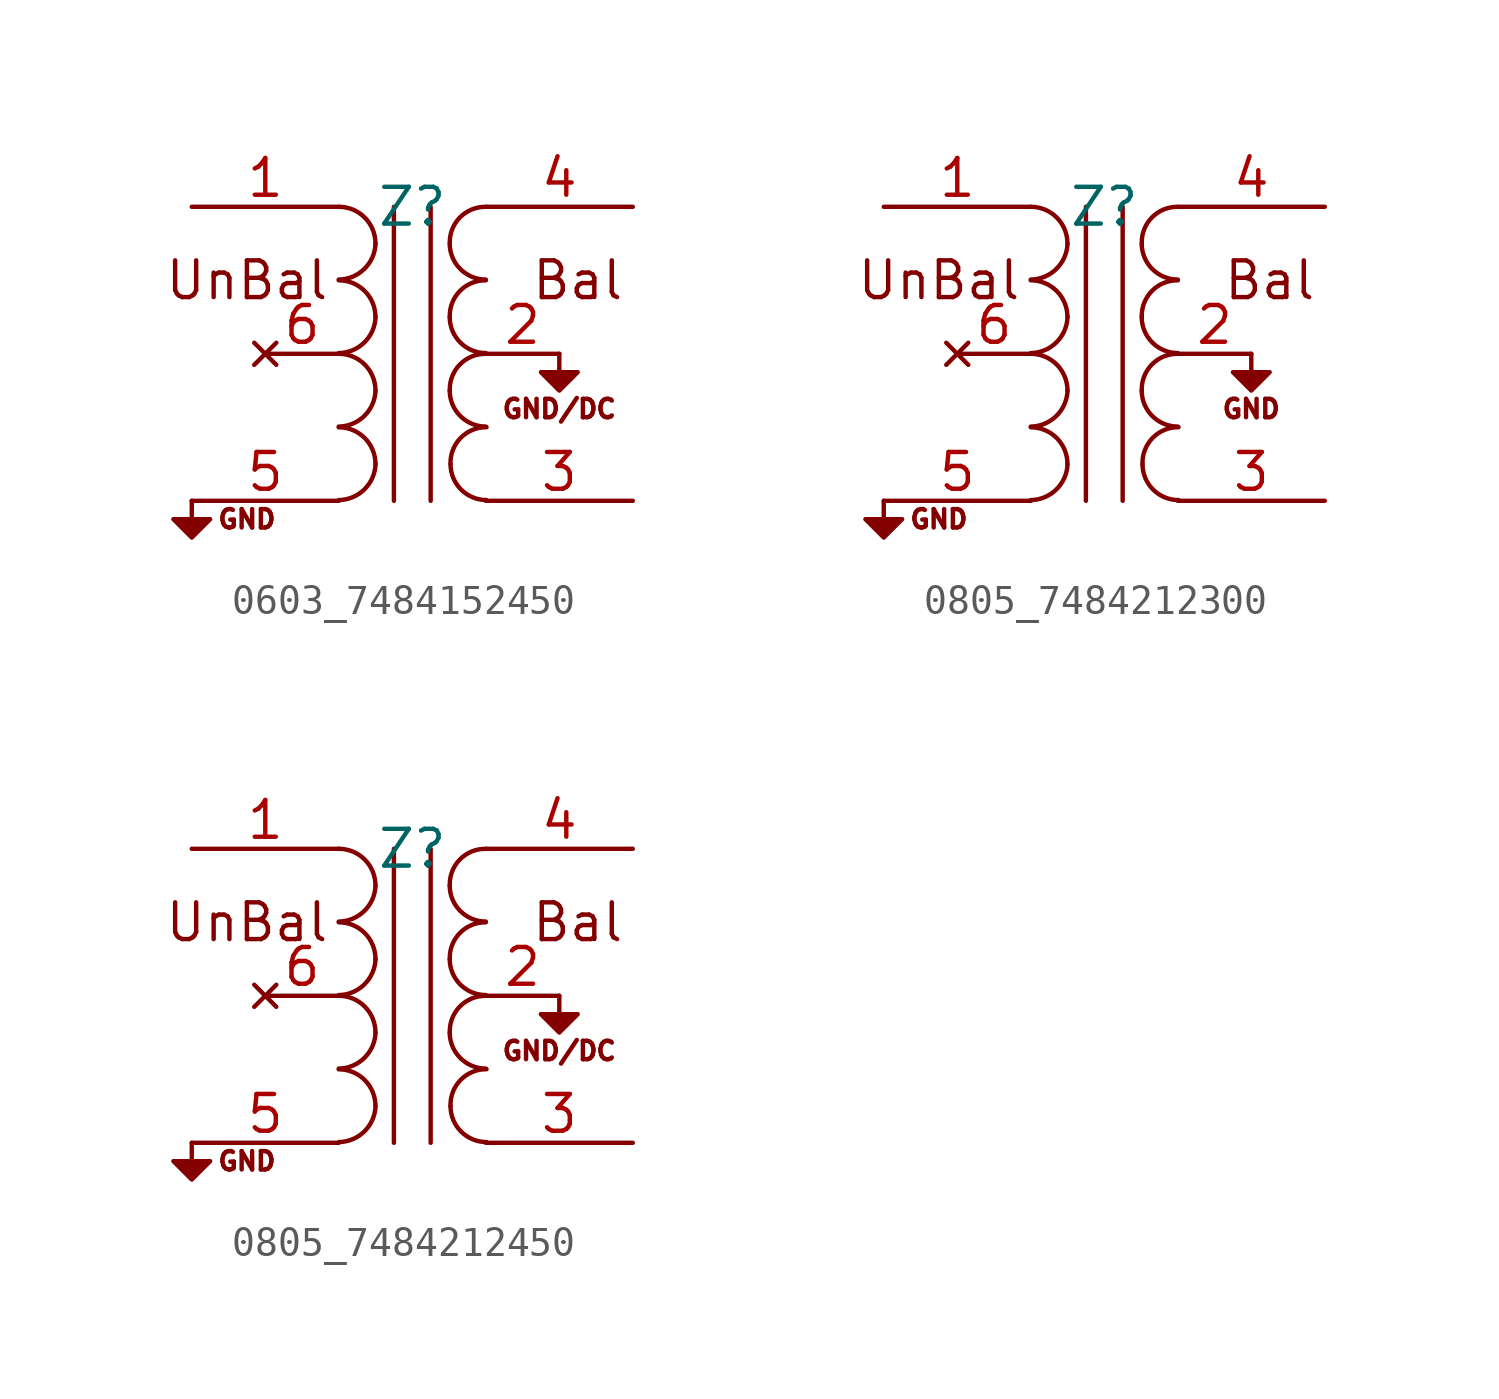
<source format=kicad_sym>
(kicad_symbol_lib
  (version 20220914)
  (generator kicad_symbol_editor)
  (symbol "0603_7484152450"
    (pin_names hide)
    (property "Reference" "Z"
      (at 0 5.08 0)
      (effects (font (size 1.27 1.27))))
    (property "Critical Parameter" ""
      (at 0 -5.08 0)
      (effects (font (size 1.27 1.27)) (justify left)))
    (symbol "0603_7484152450_0_0"
      (text "" (at -0.635 3.81 0) (effects (font (size 1.27 1.27))))
      (text "" (at -0.635 3.81 0) (effects (font (size 1.27 1.27))))
      (text "" (at -0.635 4.445 0) (effects (font (size 1.27 1.27))))
      (text "" (at 6.35 5.08 0) (effects (font (size 1.27 1.27)))))
    (symbol "0603_7484152450_0_1"
      (arc (start -2.54 -5.0546) (mid -1.6599 -4.6901) (end -1.27 -3.81) (stroke (width 0) (type default)) (fill (type none)))
      (arc (start -2.54 -2.5146) (mid -1.6599 -2.1501) (end -1.27 -1.27) (stroke (width 0) (type default)) (fill (type none)))
      (arc (start -2.54 0.0254) (mid -1.6599 0.3899) (end -1.27 1.27) (stroke (width 0) (type default)) (fill (type none)))
      (arc (start -2.54 2.5654) (mid -1.6599 2.9299) (end -1.27 3.81) (stroke (width 0) (type default)) (fill (type none)))
      (arc (start -1.27 -3.81) (mid -1.642 -2.912) (end -2.54 -2.54) (stroke (width 0) (type default)) (fill (type none)))
      (arc (start -1.27 -1.27) (mid -1.642 -0.372) (end -2.54 0) (stroke (width 0) (type default)) (fill (type none)))
      (arc (start -1.27 1.27) (mid -1.642 2.168) (end -2.54 2.54) (stroke (width 0) (type default)) (fill (type none)))
      (arc (start -1.27 3.81) (mid -1.642 4.708) (end -2.54 5.08) (stroke (width 0) (type default)) (fill (type none)))
      (polyline (pts (xy -0.635 5.08) (xy -0.635 -5.08)) (stroke (width 0) (type default)) (fill (type none)))
      (polyline (pts (xy 0.635 5.08) (xy 0.635 -5.08)) (stroke (width 0) (type default)) (fill (type none)))
      (arc (start 1.2954 -1.27) (mid 1.6599 -2.1501) (end 2.54 -2.5146) (stroke (width 0) (type default)) (fill (type none)))
      (arc (start 1.2954 1.27) (mid 1.6599 0.3899) (end 2.54 0.0254) (stroke (width 0) (type default)) (fill (type none)))
      (arc (start 1.2954 3.81) (mid 1.6599 2.9299) (end 2.54 2.5654) (stroke (width 0) (type default)) (fill (type none)))
      (arc (start 1.3208 -3.81) (mid 1.6853 -4.6901) (end 2.5654 -5.0546) (stroke (width 0) (type default)) (fill (type none)))
      (arc (start 2.54 0) (mid 1.642 -0.372) (end 1.2954 -1.27) (stroke (width 0) (type default)) (fill (type none)))
      (arc (start 2.54 2.54) (mid 1.642 2.168) (end 1.2954 1.27) (stroke (width 0) (type default)) (fill (type none)))
      (arc (start 2.54 5.08) (mid 1.642 4.708) (end 1.2954 3.81) (stroke (width 0) (type default)) (fill (type none)))
      (arc (start 2.5654 -2.54) (mid 1.6674 -2.912) (end 1.3208 -3.81) (stroke (width 0) (type default)) (fill (type none))))
    (symbol "0603_7484152450_1_1"
      (polyline (pts (xy -7.62 -5.08) (xy -7.62 -5.715)) (stroke (width 0) (type default)) (fill (type none)))
      (polyline (pts (xy 5.08 0) (xy 5.08 -0.635)) (stroke (width 0) (type default)) (fill (type none)))
      (polyline (pts (xy -8.255 -5.715) (xy -6.985 -5.715) (xy -7.62 -6.35) (xy -8.255 -5.715)) (stroke (width 0) (type default)) (fill (type outline)))
      (polyline (pts (xy 4.445 -0.635) (xy 5.715 -0.635) (xy 5.08 -1.27) (xy 4.445 -0.635)) (stroke (width 0) (type default)) (fill (type outline)))
      (text "Bal" (at 5.715 2.54 0) (effects (font (size 1.27 1.27))))
      (text "GND" (at -5.715 -5.715 0) (effects (font (size 0.635 0.635))))
      (text "GND/DC" (at 5.08 -1.905 0) (effects (font (size 0.635 0.635))))
      (text "UnBal" (at -5.715 2.54 0) (effects (font (size 1.27 1.27))))
      (pin passive line (at -7.62 5.08 0) (length 5.08) (name "1" (effects (font (size 1.27 1.27)))) (number "1" (effects (font (size 1.27 1.27)))))
      (pin passive line (at 5.08 0 180) (length 2.54) (name "2" (effects (font (size 1.27 1.27)))) (number "2" (effects (font (size 1.27 1.27)))))
      (pin passive line (at 7.62 -5.08 180) (length 5.08) (name "3" (effects (font (size 1.27 1.27)))) (number "3" (effects (font (size 1.27 1.27)))))
      (pin passive line (at 7.62 5.08 180) (length 5.08) (name "4" (effects (font (size 1.27 1.27)))) (number "4" (effects (font (size 1.27 1.27)))))
      (pin passive line (at -7.62 -5.08 0) (length 5.08) (name "5" (effects (font (size 1.27 1.27)))) (number "5" (effects (font (size 1.27 1.27)))))
      (pin no_connect line (at -5.08 0 0) (length 2.54) (name "6" (effects (font (size 1.27 1.27)))) (number "6" (effects (font (size 1.27 1.27)))))))
  (symbol "0805_7484212300"
    (pin_names hide)
    (property "Reference" "Z"
      (at 0 5.08 0)
      (effects (font (size 1.27 1.27))))
    (property "Critical Parameter" ""
      (at 0 -5.08 0)
      (effects (font (size 1.27 1.27)) (justify left)))
    (symbol "0805_7484212300_0_0"
      (text "" (at -0.635 3.81 0) (effects (font (size 1.27 1.27))))
      (text "" (at -0.635 3.81 0) (effects (font (size 1.27 1.27))))
      (text "" (at -0.635 4.445 0) (effects (font (size 1.27 1.27))))
      (text "" (at 6.35 5.08 0) (effects (font (size 1.27 1.27)))))
    (symbol "0805_7484212300_0_1"
      (arc (start -2.54 -5.0546) (mid -1.6599 -4.6901) (end -1.27 -3.81) (stroke (width 0) (type default)) (fill (type none)))
      (arc (start -2.54 -2.5146) (mid -1.6599 -2.1501) (end -1.27 -1.27) (stroke (width 0) (type default)) (fill (type none)))
      (arc (start -2.54 0.0254) (mid -1.6599 0.3899) (end -1.27 1.27) (stroke (width 0) (type default)) (fill (type none)))
      (arc (start -2.54 2.5654) (mid -1.6599 2.9299) (end -1.27 3.81) (stroke (width 0) (type default)) (fill (type none)))
      (arc (start -1.27 -3.81) (mid -1.642 -2.912) (end -2.54 -2.54) (stroke (width 0) (type default)) (fill (type none)))
      (arc (start -1.27 -1.27) (mid -1.642 -0.372) (end -2.54 0) (stroke (width 0) (type default)) (fill (type none)))
      (arc (start -1.27 1.27) (mid -1.642 2.168) (end -2.54 2.54) (stroke (width 0) (type default)) (fill (type none)))
      (arc (start -1.27 3.81) (mid -1.642 4.708) (end -2.54 5.08) (stroke (width 0) (type default)) (fill (type none)))
      (polyline (pts (xy -0.635 5.08) (xy -0.635 -5.08)) (stroke (width 0) (type default)) (fill (type none)))
      (polyline (pts (xy 0.635 5.08) (xy 0.635 -5.08)) (stroke (width 0) (type default)) (fill (type none)))
      (arc (start 1.2954 -1.27) (mid 1.6599 -2.1501) (end 2.54 -2.5146) (stroke (width 0) (type default)) (fill (type none)))
      (arc (start 1.2954 1.27) (mid 1.6599 0.3899) (end 2.54 0.0254) (stroke (width 0) (type default)) (fill (type none)))
      (arc (start 1.2954 3.81) (mid 1.6599 2.9299) (end 2.54 2.5654) (stroke (width 0) (type default)) (fill (type none)))
      (arc (start 1.3208 -3.81) (mid 1.6853 -4.6901) (end 2.5654 -5.0546) (stroke (width 0) (type default)) (fill (type none)))
      (arc (start 2.54 0) (mid 1.642 -0.372) (end 1.2954 -1.27) (stroke (width 0) (type default)) (fill (type none)))
      (arc (start 2.54 2.54) (mid 1.642 2.168) (end 1.2954 1.27) (stroke (width 0) (type default)) (fill (type none)))
      (arc (start 2.54 5.08) (mid 1.642 4.708) (end 1.2954 3.81) (stroke (width 0) (type default)) (fill (type none)))
      (arc (start 2.5654 -2.54) (mid 1.6674 -2.912) (end 1.3208 -3.81) (stroke (width 0) (type default)) (fill (type none))))
    (symbol "0805_7484212300_1_1"
      (polyline (pts (xy -7.62 -5.08) (xy -7.62 -5.715)) (stroke (width 0) (type default)) (fill (type none)))
      (polyline (pts (xy 5.08 0) (xy 5.08 -0.635)) (stroke (width 0) (type default)) (fill (type none)))
      (polyline (pts (xy -8.255 -5.715) (xy -6.985 -5.715) (xy -7.62 -6.35) (xy -8.255 -5.715)) (stroke (width 0) (type default)) (fill (type outline)))
      (polyline (pts (xy 4.445 -0.635) (xy 5.715 -0.635) (xy 5.08 -1.27) (xy 4.445 -0.635)) (stroke (width 0) (type default)) (fill (type outline)))
      (text "Bal" (at 5.715 2.54 0) (effects (font (size 1.27 1.27))))
      (text "GND" (at -5.715 -5.715 0) (effects (font (size 0.635 0.635))))
      (text "GND" (at 5.08 -1.905 0) (effects (font (size 0.635 0.635))))
      (text "UnBal" (at -5.715 2.54 0) (effects (font (size 1.27 1.27))))
      (pin passive line (at -7.62 5.08 0) (length 5.08) (name "1" (effects (font (size 1.27 1.27)))) (number "1" (effects (font (size 1.27 1.27)))))
      (pin passive line (at 5.08 0 180) (length 2.54) (name "2" (effects (font (size 1.27 1.27)))) (number "2" (effects (font (size 1.27 1.27)))))
      (pin passive line (at 7.62 -5.08 180) (length 5.08) (name "3" (effects (font (size 1.27 1.27)))) (number "3" (effects (font (size 1.27 1.27)))))
      (pin passive line (at 7.62 5.08 180) (length 5.08) (name "4" (effects (font (size 1.27 1.27)))) (number "4" (effects (font (size 1.27 1.27)))))
      (pin passive line (at -7.62 -5.08 0) (length 5.08) (name "5" (effects (font (size 1.27 1.27)))) (number "5" (effects (font (size 1.27 1.27)))))
      (pin no_connect line (at -5.08 0 0) (length 2.54) (name "6" (effects (font (size 1.27 1.27)))) (number "6" (effects (font (size 1.27 1.27)))))))
  (symbol "0805_7484212450"
    (pin_names hide)
    (property "Reference" "Z"
      (at 0 5.08 0)
      (effects (font (size 1.27 1.27))))
    (property "Critical Parameter" ""
      (at 0 -5.08 0)
      (effects (font (size 1.27 1.27)) (justify left)))
    (symbol "0805_7484212450_0_0"
      (text "" (at -0.635 3.81 0) (effects (font (size 1.27 1.27))))
      (text "" (at -0.635 3.81 0) (effects (font (size 1.27 1.27))))
      (text "" (at -0.635 4.445 0) (effects (font (size 1.27 1.27))))
      (text "" (at 6.35 5.08 0) (effects (font (size 1.27 1.27)))))
    (symbol "0805_7484212450_0_1"
      (arc (start -2.54 -5.0546) (mid -1.6599 -4.6901) (end -1.27 -3.81) (stroke (width 0) (type default)) (fill (type none)))
      (arc (start -2.54 -2.5146) (mid -1.6599 -2.1501) (end -1.27 -1.27) (stroke (width 0) (type default)) (fill (type none)))
      (arc (start -2.54 0.0254) (mid -1.6599 0.3899) (end -1.27 1.27) (stroke (width 0) (type default)) (fill (type none)))
      (arc (start -2.54 2.5654) (mid -1.6599 2.9299) (end -1.27 3.81) (stroke (width 0) (type default)) (fill (type none)))
      (arc (start -1.27 -3.81) (mid -1.642 -2.912) (end -2.54 -2.54) (stroke (width 0) (type default)) (fill (type none)))
      (arc (start -1.27 -1.27) (mid -1.642 -0.372) (end -2.54 0) (stroke (width 0) (type default)) (fill (type none)))
      (arc (start -1.27 1.27) (mid -1.642 2.168) (end -2.54 2.54) (stroke (width 0) (type default)) (fill (type none)))
      (arc (start -1.27 3.81) (mid -1.642 4.708) (end -2.54 5.08) (stroke (width 0) (type default)) (fill (type none)))
      (polyline (pts (xy -0.635 5.08) (xy -0.635 -5.08)) (stroke (width 0) (type default)) (fill (type none)))
      (polyline (pts (xy 0.635 5.08) (xy 0.635 -5.08)) (stroke (width 0) (type default)) (fill (type none)))
      (arc (start 1.2954 -1.27) (mid 1.6599 -2.1501) (end 2.54 -2.5146) (stroke (width 0) (type default)) (fill (type none)))
      (arc (start 1.2954 1.27) (mid 1.6599 0.3899) (end 2.54 0.0254) (stroke (width 0) (type default)) (fill (type none)))
      (arc (start 1.2954 3.81) (mid 1.6599 2.9299) (end 2.54 2.5654) (stroke (width 0) (type default)) (fill (type none)))
      (arc (start 1.3208 -3.81) (mid 1.6853 -4.6901) (end 2.5654 -5.0546) (stroke (width 0) (type default)) (fill (type none)))
      (arc (start 2.54 0) (mid 1.642 -0.372) (end 1.2954 -1.27) (stroke (width 0) (type default)) (fill (type none)))
      (arc (start 2.54 2.54) (mid 1.642 2.168) (end 1.2954 1.27) (stroke (width 0) (type default)) (fill (type none)))
      (arc (start 2.54 5.08) (mid 1.642 4.708) (end 1.2954 3.81) (stroke (width 0) (type default)) (fill (type none)))
      (arc (start 2.5654 -2.54) (mid 1.6674 -2.912) (end 1.3208 -3.81) (stroke (width 0) (type default)) (fill (type none))))
    (symbol "0805_7484212450_1_1"
      (polyline (pts (xy -7.62 -5.08) (xy -7.62 -5.715)) (stroke (width 0) (type default)) (fill (type none)))
      (polyline (pts (xy 5.08 0) (xy 5.08 -0.635)) (stroke (width 0) (type default)) (fill (type none)))
      (polyline (pts (xy -8.255 -5.715) (xy -6.985 -5.715) (xy -7.62 -6.35) (xy -8.255 -5.715)) (stroke (width 0) (type default)) (fill (type outline)))
      (polyline (pts (xy 4.445 -0.635) (xy 5.715 -0.635) (xy 5.08 -1.27) (xy 4.445 -0.635)) (stroke (width 0) (type default)) (fill (type outline)))
      (text "Bal" (at 5.715 2.54 0) (effects (font (size 1.27 1.27))))
      (text "GND" (at -5.715 -5.715 0) (effects (font (size 0.635 0.635))))
      (text "GND/DC" (at 5.08 -1.905 0) (effects (font (size 0.635 0.635))))
      (text "UnBal" (at -5.715 2.54 0) (effects (font (size 1.27 1.27))))
      (pin passive line (at -7.62 5.08 0) (length 5.08) (name "1" (effects (font (size 1.27 1.27)))) (number "1" (effects (font (size 1.27 1.27)))))
      (pin passive line (at 5.08 0 180) (length 2.54) (name "2" (effects (font (size 1.27 1.27)))) (number "2" (effects (font (size 1.27 1.27)))))
      (pin passive line (at 7.62 -5.08 180) (length 5.08) (name "3" (effects (font (size 1.27 1.27)))) (number "3" (effects (font (size 1.27 1.27)))))
      (pin passive line (at 7.62 5.08 180) (length 5.08) (name "4" (effects (font (size 1.27 1.27)))) (number "4" (effects (font (size 1.27 1.27)))))
      (pin passive line (at -7.62 -5.08 0) (length 5.08) (name "5" (effects (font (size 1.27 1.27)))) (number "5" (effects (font (size 1.27 1.27)))))
      (pin no_connect line (at -5.08 0 0) (length 2.54) (name "6" (effects (font (size 1.27 1.27)))) (number "6" (effects (font (size 1.27 1.27))))))))
</source>
